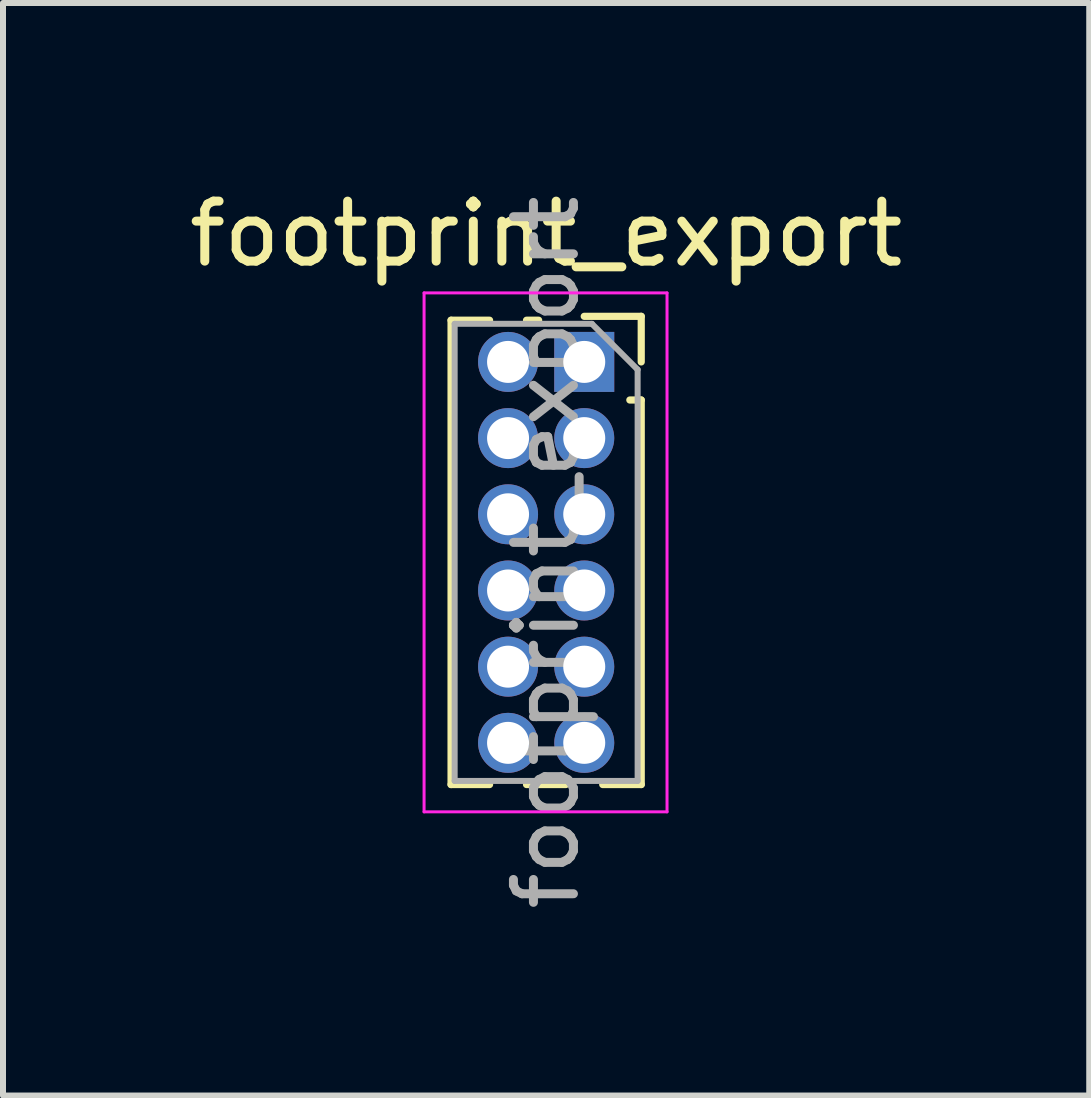
<source format=kicad_pcb>
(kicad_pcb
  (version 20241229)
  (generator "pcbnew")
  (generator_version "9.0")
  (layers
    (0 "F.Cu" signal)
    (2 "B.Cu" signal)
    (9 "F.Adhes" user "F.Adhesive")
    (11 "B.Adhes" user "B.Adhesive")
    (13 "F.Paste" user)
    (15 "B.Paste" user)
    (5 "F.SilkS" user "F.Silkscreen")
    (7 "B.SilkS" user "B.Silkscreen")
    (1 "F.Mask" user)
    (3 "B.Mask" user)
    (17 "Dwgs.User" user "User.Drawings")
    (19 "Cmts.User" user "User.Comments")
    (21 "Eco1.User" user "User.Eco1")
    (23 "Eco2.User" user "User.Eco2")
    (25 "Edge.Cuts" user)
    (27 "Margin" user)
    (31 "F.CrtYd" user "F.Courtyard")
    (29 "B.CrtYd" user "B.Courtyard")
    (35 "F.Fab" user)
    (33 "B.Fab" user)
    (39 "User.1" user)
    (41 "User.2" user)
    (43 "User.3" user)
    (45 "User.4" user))
  (footprint "footprint_export"
    (layer "F.Cu")
    (at 6.689 2.983)
    (property "Reference" "footprint_export" (at -0.635 -2.135 0) (layer "F.SilkS") (effects (font (size 1 1) (thickness 0.15))))
    (attr through_hole)
    (fp_line (start -2.22 -0.695) (end -2.22 7.045) (stroke (width 0.12) (type solid)) (layer "F.SilkS"))
    (fp_line (start -2.22 -0.695) (end -1.578 -0.695) (stroke (width 0.12) (type solid)) (layer "F.SilkS"))
    (fp_line (start -2.22 7.045) (end -1.578 7.045) (stroke (width 0.12) (type solid)) (layer "F.SilkS"))
    (fp_line (start -0.962 -0.695) (end -0.76 -0.695) (stroke (width 0.12) (type solid)) (layer "F.SilkS"))
    (fp_line (start -0.962 7.045) (end -0.308 7.045) (stroke (width 0.12) (type solid)) (layer "F.SilkS"))
    (fp_line (start 0 -0.76) (end 0.95 -0.76) (stroke (width 0.12) (type solid)) (layer "F.SilkS"))
    (fp_line (start 0.308 7.045) (end 0.95 7.045) (stroke (width 0.12) (type solid)) (layer "F.SilkS"))
    (fp_line (start 0.76 0.635) (end 0.95 0.635) (stroke (width 0.12) (type solid)) (layer "F.SilkS"))
    (fp_line (start 0.95 -0.76) (end 0.95 0) (stroke (width 0.12) (type solid)) (layer "F.SilkS"))
    (fp_line (start 0.95 0.635) (end 0.95 7.045) (stroke (width 0.12) (type solid)) (layer "F.SilkS"))
    (fp_line (start -2.67 -1.15) (end 1.38 -1.15) (stroke (width 0.05) (type solid)) (layer "F.CrtYd"))
    (fp_line (start -2.67 7.5) (end -2.67 -1.15) (stroke (width 0.05) (type solid)) (layer "F.CrtYd"))
    (fp_line (start 1.38 -1.15) (end 1.38 7.5) (stroke (width 0.05) (type solid)) (layer "F.CrtYd"))
    (fp_line (start 1.38 7.5) (end -2.67 7.5) (stroke (width 0.05) (type solid)) (layer "F.CrtYd"))
    (fp_line (start -2.16 -0.635) (end 0.128 -0.635) (stroke (width 0.1) (type solid)) (layer "F.Fab"))
    (fp_line (start -2.16 6.985) (end -2.16 -0.635) (stroke (width 0.1) (type solid)) (layer "F.Fab"))
    (fp_line (start 0.128 -0.635) (end 0.89 0.128) (stroke (width 0.1) (type solid)) (layer "F.Fab"))
    (fp_line (start 0.89 0.128) (end 0.89 6.985) (stroke (width 0.1) (type solid)) (layer "F.Fab"))
    (fp_line (start 0.89 6.985) (end -2.16 6.985) (stroke (width 0.1) (type solid)) (layer "F.Fab"))
    (fp_text user "${REFERENCE}" (at -0.635 3.175 90) (layer "F.Fab") (effects (font (size 1 1) (thickness 0.15))))
    (pad "1" thru_hole rect (at 0 0) (size 1 1) (drill 0.7) (layers "*.Cu" "*.Mask"))
    (pad "2" thru_hole oval (at -1.27 0) (size 1 1) (drill 0.7) (layers "*.Cu" "*.Mask"))
    (pad "3" thru_hole oval (at 0 1.27) (size 1 1) (drill 0.7) (layers "*.Cu" "*.Mask"))
    (pad "4" thru_hole oval (at -1.27 1.27) (size 1 1) (drill 0.7) (layers "*.Cu" "*.Mask"))
    (pad "5" thru_hole oval (at 0 2.54) (size 1 1) (drill 0.7) (layers "*.Cu" "*.Mask"))
    (pad "6" thru_hole oval (at -1.27 2.54) (size 1 1) (drill 0.7) (layers "*.Cu" "*.Mask"))
    (pad "7" thru_hole oval (at 0 3.81) (size 1 1) (drill 0.7) (layers "*.Cu" "*.Mask"))
    (pad "8" thru_hole oval (at -1.27 3.81) (size 1 1) (drill 0.7) (layers "*.Cu" "*.Mask"))
    (pad "9" thru_hole oval (at 0 5.08) (size 1 1) (drill 0.7) (layers "*.Cu" "*.Mask"))
    (pad "10" thru_hole oval (at -1.27 5.08) (size 1 1) (drill 0.7) (layers "*.Cu" "*.Mask"))
    (pad "11" thru_hole oval (at 0 6.35) (size 1 1) (drill 0.7) (layers "*.Cu" "*.Mask"))
    (pad "12" thru_hole oval (at -1.27 6.35) (size 1 1) (drill 0.7) (layers "*.Cu" "*.Mask")))
  (gr_rect
    (start -3 -3)
    (end 15.107 15.212)
    (stroke (width 0.1) (type default))
    (fill no)
    (layer "Edge.Cuts")))
</source>
